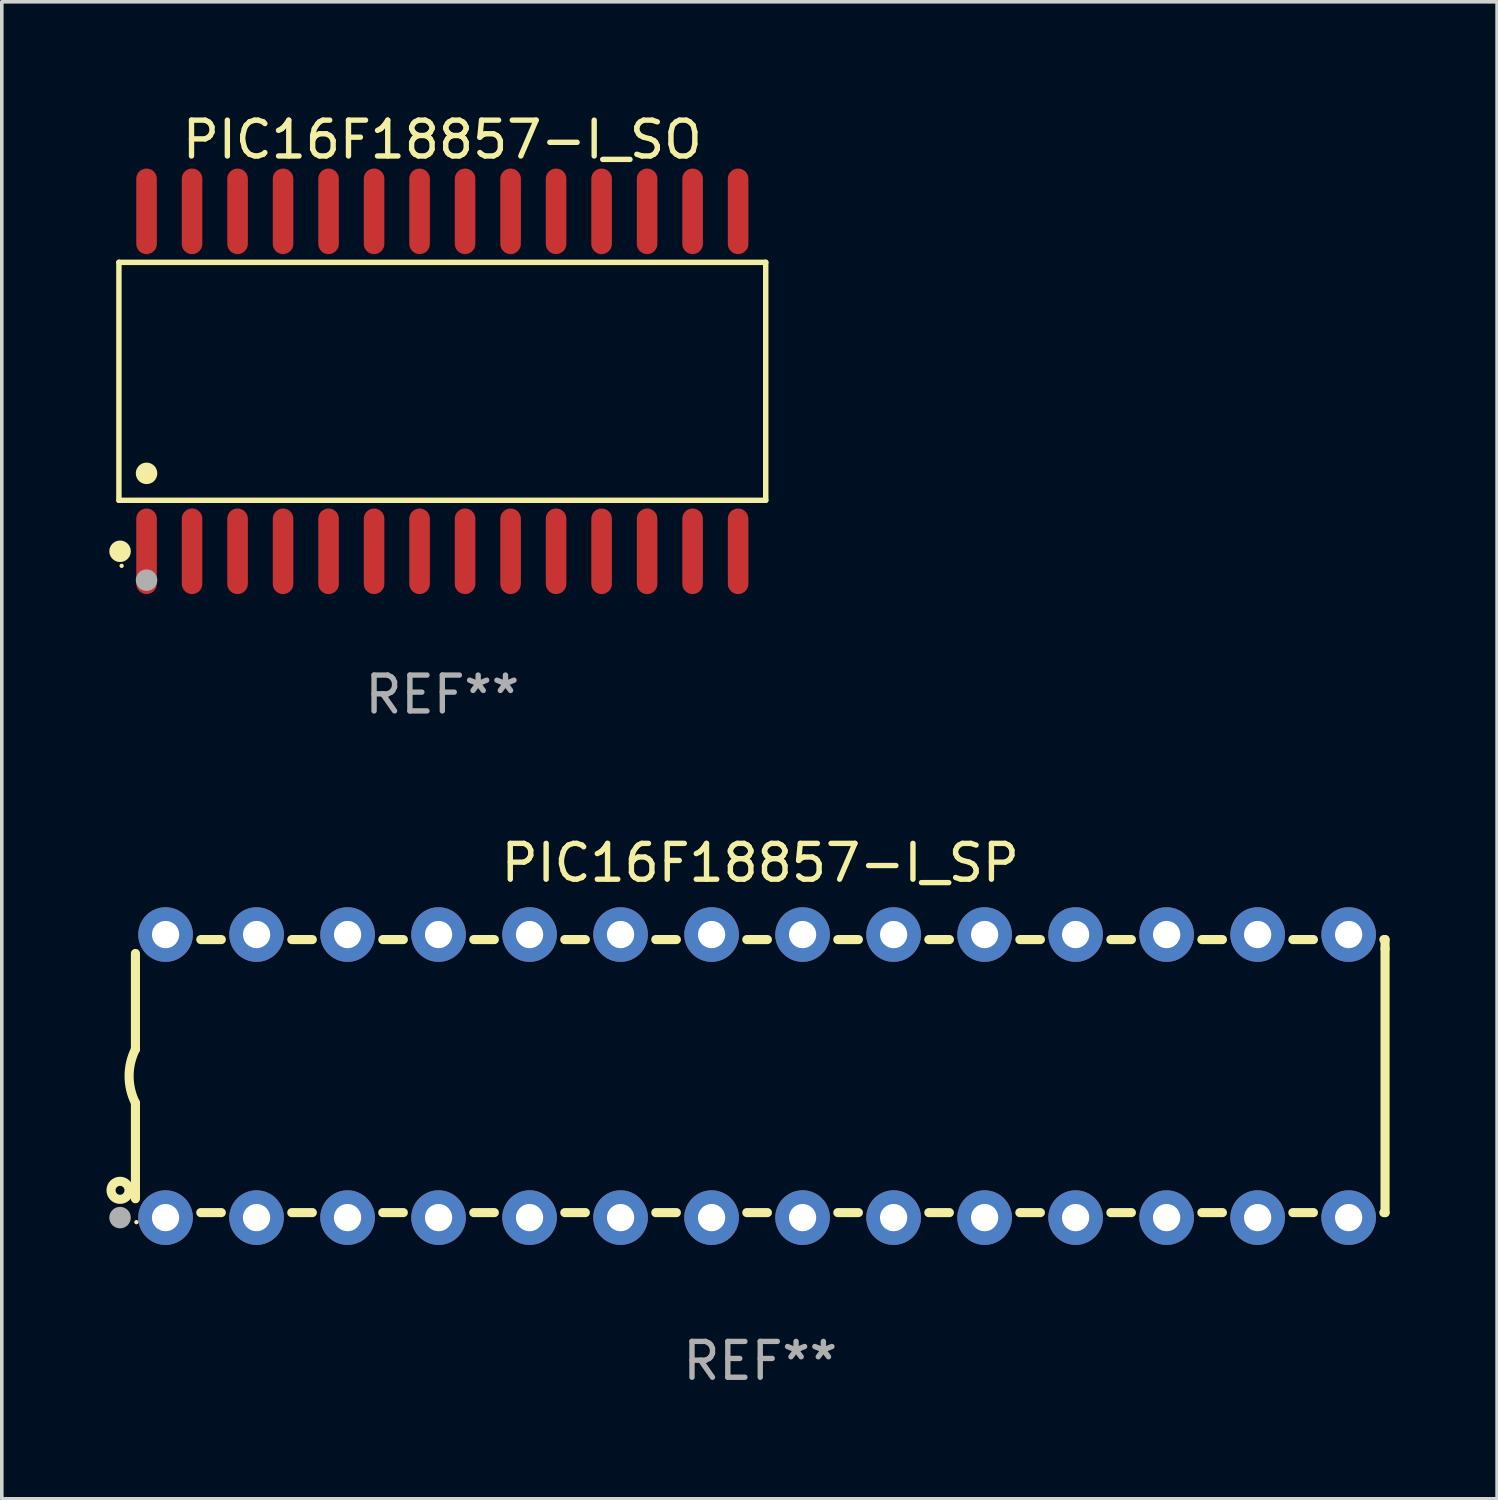
<source format=kicad_pcb>
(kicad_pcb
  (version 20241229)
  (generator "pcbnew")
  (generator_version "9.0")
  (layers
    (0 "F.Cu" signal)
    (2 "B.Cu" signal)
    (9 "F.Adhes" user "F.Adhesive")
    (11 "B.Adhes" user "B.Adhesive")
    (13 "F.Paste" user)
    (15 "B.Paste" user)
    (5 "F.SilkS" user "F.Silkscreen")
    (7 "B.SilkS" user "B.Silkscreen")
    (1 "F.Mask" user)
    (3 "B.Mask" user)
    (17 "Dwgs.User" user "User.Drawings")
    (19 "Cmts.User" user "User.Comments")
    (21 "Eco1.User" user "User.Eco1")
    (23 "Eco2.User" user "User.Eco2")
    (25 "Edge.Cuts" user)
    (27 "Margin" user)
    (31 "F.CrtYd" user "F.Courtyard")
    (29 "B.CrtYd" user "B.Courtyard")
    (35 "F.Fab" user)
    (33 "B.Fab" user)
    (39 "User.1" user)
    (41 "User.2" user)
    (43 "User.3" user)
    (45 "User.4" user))
  (footprint "PIC16F18857-I_SP"
    (layer "F.Cu")
    (at 18.168 26.983)
    (property "Reference" "PIC16F18857-I_SP" (at 0 -5.95 0) (layer "F.SilkS") (effects (font (size 1 1) (thickness 0.15))))
    (attr through_hole)
    (fp_line (start -17.438 0.75) (end -17.438 3.423) (stroke (width 0.254) (type solid)) (layer "F.SilkS"))
    (fp_line (start -17.438 -3.423) (end -17.438 -0.75) (stroke (width 0.254) (type solid)) (layer "F.SilkS"))
    (fp_line (start -15.615 3.81) (end -15.041 3.81) (stroke (width 0.254) (type solid)) (layer "F.SilkS"))
    (fp_line (start -15.041 -3.81) (end -15.614 -3.81) (stroke (width 0.254) (type solid)) (layer "F.SilkS"))
    (fp_line (start -13.075 3.81) (end -12.501 3.81) (stroke (width 0.254) (type solid)) (layer "F.SilkS"))
    (fp_line (start -12.501 -3.81) (end -13.074 -3.81) (stroke (width 0.254) (type solid)) (layer "F.SilkS"))
    (fp_line (start -10.535 3.81) (end -9.961 3.81) (stroke (width 0.254) (type solid)) (layer "F.SilkS"))
    (fp_line (start -9.961 -3.81) (end -10.534 -3.81) (stroke (width 0.254) (type solid)) (layer "F.SilkS"))
    (fp_line (start -7.995 3.81) (end -7.421 3.81) (stroke (width 0.254) (type solid)) (layer "F.SilkS"))
    (fp_line (start -7.421 -3.81) (end -7.995 -3.81) (stroke (width 0.254) (type solid)) (layer "F.SilkS"))
    (fp_line (start -5.455 3.81) (end -4.881 3.81) (stroke (width 0.254) (type solid)) (layer "F.SilkS"))
    (fp_line (start -4.881 -3.81) (end -5.455 -3.81) (stroke (width 0.254) (type solid)) (layer "F.SilkS"))
    (fp_line (start -2.915 3.81) (end -2.341 3.81) (stroke (width 0.254) (type solid)) (layer "F.SilkS"))
    (fp_line (start -2.341 -3.81) (end -2.915 -3.81) (stroke (width 0.254) (type solid)) (layer "F.SilkS"))
    (fp_line (start -0.375 3.81) (end 0.199 3.81) (stroke (width 0.254) (type solid)) (layer "F.SilkS"))
    (fp_line (start 0.199 -3.81) (end -0.375 -3.81) (stroke (width 0.254) (type solid)) (layer "F.SilkS"))
    (fp_line (start 2.165 3.81) (end 2.739 3.81) (stroke (width 0.254) (type solid)) (layer "F.SilkS"))
    (fp_line (start 2.739 -3.81) (end 2.165 -3.81) (stroke (width 0.254) (type solid)) (layer "F.SilkS"))
    (fp_line (start 4.705 3.81) (end 5.279 3.81) (stroke (width 0.254) (type solid)) (layer "F.SilkS"))
    (fp_line (start 5.279 -3.81) (end 4.705 -3.81) (stroke (width 0.254) (type solid)) (layer "F.SilkS"))
    (fp_line (start 7.245 3.81) (end 7.819 3.81) (stroke (width 0.254) (type solid)) (layer "F.SilkS"))
    (fp_line (start 7.819 -3.81) (end 7.245 -3.81) (stroke (width 0.254) (type solid)) (layer "F.SilkS"))
    (fp_line (start 9.785 3.81) (end 10.359 3.81) (stroke (width 0.254) (type solid)) (layer "F.SilkS"))
    (fp_line (start 10.359 -3.81) (end 9.785 -3.81) (stroke (width 0.254) (type solid)) (layer "F.SilkS"))
    (fp_line (start 12.325 3.81) (end 12.899 3.81) (stroke (width 0.254) (type solid)) (layer "F.SilkS"))
    (fp_line (start 12.899 -3.81) (end 12.325 -3.81) (stroke (width 0.254) (type solid)) (layer "F.SilkS"))
    (fp_line (start 14.865 3.81) (end 15.439 3.81) (stroke (width 0.254) (type solid)) (layer "F.SilkS"))
    (fp_line (start 15.439 -3.81) (end 14.865 -3.81) (stroke (width 0.254) (type solid)) (layer "F.SilkS"))
    (fp_line (start 17.405 3.81) (end 17.438 3.81) (stroke (width 0.254) (type solid)) (layer "F.SilkS"))
    (fp_line (start 17.438 -3.81) (end 17.405 -3.81) (stroke (width 0.254) (type solid)) (layer "F.SilkS"))
    (fp_line (start 17.438 -3.556) (end 17.438 -3.81) (stroke (width 0.254) (type solid)) (layer "F.SilkS"))
    (fp_line (start 17.438 3.81) (end 17.438 -3.556) (stroke (width 0.254) (type solid)) (layer "F.SilkS"))
    (fp_arc (start -17.437986 0.749657) (mid -17.614887 -0.000024) (end -17.437783 -0.749657) (stroke (width 0.254001) (type solid)) (layer "F.SilkS"))
    (fp_circle (center -17.868 3.188) (end -17.743 3.188) (stroke (width 0.254) (type solid)) (fill no) (layer "F.SilkS"))
    (fp_circle (center -17.411 4.077) (end -17.381 4.077) (stroke (width 0.06) (type solid)) (fill no) (layer "F.SilkS"))
    (fp_circle (center -17.868 3.95) (end -17.718 3.95) (stroke (width 0.3) (type solid)) (fill no) (layer "F.Fab"))
    (fp_text user "REF**" (at 0 7.95 0) (layer "F.Fab") (effects (font (size 1 1) (thickness 0.15))))
    (pad "1" thru_hole circle (at -16.598 3.95) (size 1.524 1.524) (drill 0.762) (layers "*.Cu" "*.Mask"))
    (pad "2" thru_hole circle (at -14.058 3.95) (size 1.524 1.524) (drill 0.762) (layers "*.Cu" "*.Mask"))
    (pad "3" thru_hole circle (at -11.518 3.95) (size 1.524 1.524) (drill 0.762) (layers "*.Cu" "*.Mask"))
    (pad "4" thru_hole circle (at -8.978 3.95) (size 1.524 1.524) (drill 0.762) (layers "*.Cu" "*.Mask"))
    (pad "5" thru_hole circle (at -6.438 3.95) (size 1.524 1.524) (drill 0.762) (layers "*.Cu" "*.Mask"))
    (pad "6" thru_hole circle (at -3.898 3.95) (size 1.524 1.524) (drill 0.762) (layers "*.Cu" "*.Mask"))
    (pad "7" thru_hole circle (at -1.358 3.95) (size 1.524 1.524) (drill 0.762) (layers "*.Cu" "*.Mask"))
    (pad "8" thru_hole circle (at 1.182 3.95) (size 1.524 1.524) (drill 0.762) (layers "*.Cu" "*.Mask"))
    (pad "9" thru_hole circle (at 3.722 3.95) (size 1.524 1.524) (drill 0.762) (layers "*.Cu" "*.Mask"))
    (pad "10" thru_hole circle (at 6.262 3.95) (size 1.524 1.524) (drill 0.762) (layers "*.Cu" "*.Mask"))
    (pad "11" thru_hole circle (at 8.802 3.95) (size 1.524 1.524) (drill 0.762) (layers "*.Cu" "*.Mask"))
    (pad "12" thru_hole circle (at 11.342 3.95) (size 1.524 1.524) (drill 0.762) (layers "*.Cu" "*.Mask"))
    (pad "13" thru_hole circle (at 13.882 3.95) (size 1.524 1.524) (drill 0.762) (layers "*.Cu" "*.Mask"))
    (pad "14" thru_hole circle (at 16.422 3.95) (size 1.524 1.524) (drill 0.762) (layers "*.Cu" "*.Mask"))
    (pad "15" thru_hole circle (at 16.422 -3.95) (size 1.524 1.524) (drill 0.762) (layers "*.Cu" "*.Mask"))
    (pad "16" thru_hole circle (at 13.882 -3.95) (size 1.524 1.524) (drill 0.762) (layers "*.Cu" "*.Mask"))
    (pad "17" thru_hole circle (at 11.342 -3.95) (size 1.524 1.524) (drill 0.762) (layers "*.Cu" "*.Mask"))
    (pad "18" thru_hole circle (at 8.802 -3.95) (size 1.524 1.524) (drill 0.762) (layers "*.Cu" "*.Mask"))
    (pad "19" thru_hole circle (at 6.262 -3.95) (size 1.524 1.524) (drill 0.762) (layers "*.Cu" "*.Mask"))
    (pad "20" thru_hole circle (at 3.722 -3.95) (size 1.524 1.524) (drill 0.762) (layers "*.Cu" "*.Mask"))
    (pad "21" thru_hole circle (at 1.182 -3.95) (size 1.524 1.524) (drill 0.762) (layers "*.Cu" "*.Mask"))
    (pad "22" thru_hole circle (at -1.358 -3.95) (size 1.524 1.524) (drill 0.762) (layers "*.Cu" "*.Mask"))
    (pad "23" thru_hole circle (at -3.898 -3.95) (size 1.524 1.524) (drill 0.762) (layers "*.Cu" "*.Mask"))
    (pad "24" thru_hole circle (at -6.438 -3.95) (size 1.524 1.524) (drill 0.762) (layers "*.Cu" "*.Mask"))
    (pad "25" thru_hole circle (at -8.978 -3.95) (size 1.524 1.524) (drill 0.762) (layers "*.Cu" "*.Mask"))
    (pad "26" thru_hole circle (at -11.517 -3.95) (size 1.524 1.524) (drill 0.762) (layers "*.Cu" "*.Mask"))
    (pad "27" thru_hole circle (at -14.057 -3.95) (size 1.524 1.524) (drill 0.762) (layers "*.Cu" "*.Mask"))
    (pad "28" thru_hole circle (at -16.597 -3.95) (size 1.524 1.524) (drill 0.762) (layers "*.Cu" "*.Mask")))
  (footprint "PIC16F18857-I_SO"
    (layer "F.Cu")
    (at 9.295 7.592)
    (property "Reference" "PIC16F18857-I_SO" (at 0 -6.744 0) (layer "F.SilkS") (effects (font (size 1 1) (thickness 0.15))))
    (attr through_hole)
    (fp_line (start -9.026 -3.321) (end 9.026 -3.321) (stroke (width 0.152) (type solid)) (layer "F.SilkS"))
    (fp_line (start -9.026 3.321) (end -9.026 -3.321) (stroke (width 0.152) (type solid)) (layer "F.SilkS"))
    (fp_line (start 9.026 -3.321) (end 9.026 3.321) (stroke (width 0.152) (type solid)) (layer "F.SilkS"))
    (fp_line (start 9.026 3.321) (end -9.026 3.321) (stroke (width 0.152) (type solid)) (layer "F.SilkS"))
    (fp_circle (center -8.994 4.744) (end -8.844 4.744) (stroke (width 0.3) (type solid)) (fill no) (layer "F.SilkS"))
    (fp_circle (center -8.95 5.15) (end -8.92 5.15) (stroke (width 0.06) (type solid)) (fill no) (layer "F.SilkS"))
    (fp_circle (center -8.255 2.569) (end -8.105 2.569) (stroke (width 0.3) (type solid)) (fill no) (layer "F.SilkS"))
    (fp_circle (center -8.255 5.55) (end -8.105 5.55) (stroke (width 0.3) (type solid)) (fill no) (layer "F.Fab"))
    (fp_text user "REF**" (at 0 8.744 0) (layer "F.Fab") (effects (font (size 1 1) (thickness 0.15))))
    (pad "1" smd oval (at -8.255 4.744) (size 0.574 2.388) (layers "F.Cu" "F.Mask" "F.Paste"))
    (pad "2" smd oval (at -6.985 4.744) (size 0.574 2.388) (layers "F.Cu" "F.Mask" "F.Paste"))
    (pad "3" smd oval (at -5.715 4.744) (size 0.574 2.388) (layers "F.Cu" "F.Mask" "F.Paste"))
    (pad "4" smd oval (at -4.445 4.744) (size 0.574 2.388) (layers "F.Cu" "F.Mask" "F.Paste"))
    (pad "5" smd oval (at -3.175 4.744) (size 0.574 2.388) (layers "F.Cu" "F.Mask" "F.Paste"))
    (pad "6" smd oval (at -1.905 4.744) (size 0.574 2.388) (layers "F.Cu" "F.Mask" "F.Paste"))
    (pad "7" smd oval (at -0.635 4.744) (size 0.574 2.388) (layers "F.Cu" "F.Mask" "F.Paste"))
    (pad "8" smd oval (at 0.635 4.744) (size 0.574 2.388) (layers "F.Cu" "F.Mask" "F.Paste"))
    (pad "9" smd oval (at 1.905 4.744) (size 0.574 2.388) (layers "F.Cu" "F.Mask" "F.Paste"))
    (pad "10" smd oval (at 3.175 4.744) (size 0.574 2.388) (layers "F.Cu" "F.Mask" "F.Paste"))
    (pad "11" smd oval (at 4.445 4.744) (size 0.574 2.388) (layers "F.Cu" "F.Mask" "F.Paste"))
    (pad "12" smd oval (at 5.715 4.744) (size 0.574 2.388) (layers "F.Cu" "F.Mask" "F.Paste"))
    (pad "13" smd oval (at 6.985 4.744) (size 0.574 2.388) (layers "F.Cu" "F.Mask" "F.Paste"))
    (pad "14" smd oval (at 8.255 4.744) (size 0.574 2.388) (layers "F.Cu" "F.Mask" "F.Paste"))
    (pad "15" smd oval (at 8.255 -4.744) (size 0.574 2.388) (layers "F.Cu" "F.Mask" "F.Paste"))
    (pad "16" smd oval (at 6.985 -4.744) (size 0.574 2.388) (layers "F.Cu" "F.Mask" "F.Paste"))
    (pad "17" smd oval (at 5.715 -4.744) (size 0.574 2.388) (layers "F.Cu" "F.Mask" "F.Paste"))
    (pad "18" smd oval (at 4.445 -4.744) (size 0.574 2.388) (layers "F.Cu" "F.Mask" "F.Paste"))
    (pad "19" smd oval (at 3.175 -4.744) (size 0.574 2.388) (layers "F.Cu" "F.Mask" "F.Paste"))
    (pad "20" smd oval (at 1.905 -4.744) (size 0.574 2.388) (layers "F.Cu" "F.Mask" "F.Paste"))
    (pad "21" smd oval (at 0.635 -4.744) (size 0.574 2.388) (layers "F.Cu" "F.Mask" "F.Paste"))
    (pad "22" smd oval (at -0.635 -4.744) (size 0.574 2.388) (layers "F.Cu" "F.Mask" "F.Paste"))
    (pad "23" smd oval (at -1.905 -4.744) (size 0.574 2.388) (layers "F.Cu" "F.Mask" "F.Paste"))
    (pad "24" smd oval (at -3.175 -4.744) (size 0.574 2.388) (layers "F.Cu" "F.Mask" "F.Paste"))
    (pad "25" smd oval (at -4.445 -4.744) (size 0.574 2.388) (layers "F.Cu" "F.Mask" "F.Paste"))
    (pad "26" smd oval (at -5.715 -4.744) (size 0.574 2.388) (layers "F.Cu" "F.Mask" "F.Paste"))
    (pad "27" smd oval (at -6.985 -4.744) (size 0.574 2.388) (layers "F.Cu" "F.Mask" "F.Paste"))
    (pad "28" smd oval (at -8.255 -4.744) (size 0.574 2.388) (layers "F.Cu" "F.Mask" "F.Paste")))
  (gr_rect
    (start -3 -3)
    (end 38.733 38.781)
    (stroke (width 0.1) (type default))
    (fill no)
    (layer "Edge.Cuts")))
</source>
